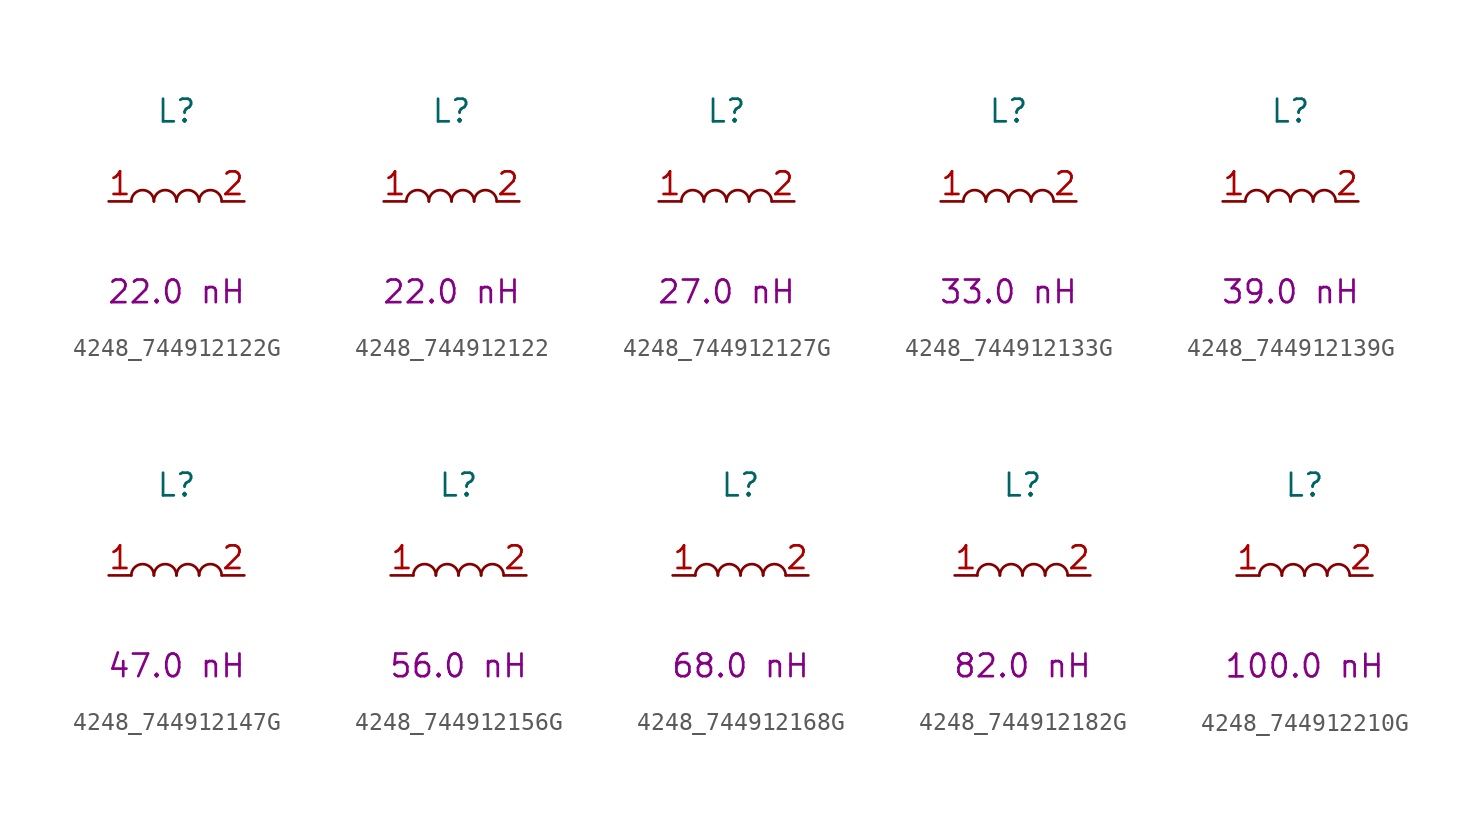
<source format=kicad_sym>
(kicad_symbol_lib
  (version 20220914)
  (generator kicad_symbol_editor)
  (symbol "4248_744912122G"
    (pin_names hide)
    (property "Reference" "L"
      (at 0 5.08 0)
      (effects (font (size 1.27 1.27))))
    (property "Critical Parameter" "22.0 nH"
      (at 0 -5.08 0)
      (effects (font (size 1.27 1.27))))
    (symbol "4248_744912122G_0_1"
      (arc (start -1.27 0) (mid -1.905 0.6323) (end -2.54 0) (stroke (width 0) (type default)) (fill (type none)))
      (arc (start 0 0) (mid -0.635 0.6323) (end -1.27 0) (stroke (width 0) (type default)) (fill (type none)))
      (arc (start 1.27 0) (mid 0.635 0.6323) (end 0 0) (stroke (width 0) (type default)) (fill (type none)))
      (arc (start 2.54 0) (mid 1.905 0.6323) (end 1.27 0) (stroke (width 0) (type default)) (fill (type none))))
    (symbol "4248_744912122G_1_1"
      (pin passive line (at -3.81 0 0) (length 1.27) (name "1" (effects (font (size 1.27 1.27)))) (number "1" (effects (font (size 1.27 1.27)))))
      (pin passive line (at 3.81 0 180) (length 1.27) (name "2" (effects (font (size 1.27 1.27)))) (number "2" (effects (font (size 1.27 1.27)))))))
  (symbol "4248_744912122"
    (pin_names hide)
    (property "Reference" "L"
      (at 0 5.08 0)
      (effects (font (size 1.27 1.27))))
    (property "Critical Parameter" "22.0 nH"
      (at 0 -5.08 0)
      (effects (font (size 1.27 1.27))))
    (symbol "4248_744912122_0_1"
      (arc (start -1.27 0) (mid -1.905 0.6323) (end -2.54 0) (stroke (width 0) (type default)) (fill (type none)))
      (arc (start 0 0) (mid -0.635 0.6323) (end -1.27 0) (stroke (width 0) (type default)) (fill (type none)))
      (arc (start 1.27 0) (mid 0.635 0.6323) (end 0 0) (stroke (width 0) (type default)) (fill (type none)))
      (arc (start 2.54 0) (mid 1.905 0.6323) (end 1.27 0) (stroke (width 0) (type default)) (fill (type none))))
    (symbol "4248_744912122_1_1"
      (pin passive line (at -3.81 0 0) (length 1.27) (name "1" (effects (font (size 1.27 1.27)))) (number "1" (effects (font (size 1.27 1.27)))))
      (pin passive line (at 3.81 0 180) (length 1.27) (name "2" (effects (font (size 1.27 1.27)))) (number "2" (effects (font (size 1.27 1.27)))))))
  (symbol "4248_744912127G"
    (pin_names hide)
    (property "Reference" "L"
      (at 0 5.08 0)
      (effects (font (size 1.27 1.27))))
    (property "Critical Parameter" "27.0 nH"
      (at 0 -5.08 0)
      (effects (font (size 1.27 1.27))))
    (symbol "4248_744912127G_0_1"
      (arc (start -1.27 0) (mid -1.905 0.6323) (end -2.54 0) (stroke (width 0) (type default)) (fill (type none)))
      (arc (start 0 0) (mid -0.635 0.6323) (end -1.27 0) (stroke (width 0) (type default)) (fill (type none)))
      (arc (start 1.27 0) (mid 0.635 0.6323) (end 0 0) (stroke (width 0) (type default)) (fill (type none)))
      (arc (start 2.54 0) (mid 1.905 0.6323) (end 1.27 0) (stroke (width 0) (type default)) (fill (type none))))
    (symbol "4248_744912127G_1_1"
      (pin passive line (at -3.81 0 0) (length 1.27) (name "1" (effects (font (size 1.27 1.27)))) (number "1" (effects (font (size 1.27 1.27)))))
      (pin passive line (at 3.81 0 180) (length 1.27) (name "2" (effects (font (size 1.27 1.27)))) (number "2" (effects (font (size 1.27 1.27)))))))
  (symbol "4248_744912133G"
    (pin_names hide)
    (property "Reference" "L"
      (at 0 5.08 0)
      (effects (font (size 1.27 1.27))))
    (property "Critical Parameter" "33.0 nH"
      (at 0 -5.08 0)
      (effects (font (size 1.27 1.27))))
    (symbol "4248_744912133G_0_1"
      (arc (start -1.27 0) (mid -1.905 0.6323) (end -2.54 0) (stroke (width 0) (type default)) (fill (type none)))
      (arc (start 0 0) (mid -0.635 0.6323) (end -1.27 0) (stroke (width 0) (type default)) (fill (type none)))
      (arc (start 1.27 0) (mid 0.635 0.6323) (end 0 0) (stroke (width 0) (type default)) (fill (type none)))
      (arc (start 2.54 0) (mid 1.905 0.6323) (end 1.27 0) (stroke (width 0) (type default)) (fill (type none))))
    (symbol "4248_744912133G_1_1"
      (pin passive line (at -3.81 0 0) (length 1.27) (name "1" (effects (font (size 1.27 1.27)))) (number "1" (effects (font (size 1.27 1.27)))))
      (pin passive line (at 3.81 0 180) (length 1.27) (name "2" (effects (font (size 1.27 1.27)))) (number "2" (effects (font (size 1.27 1.27)))))))
  (symbol "4248_744912139G"
    (pin_names hide)
    (property "Reference" "L"
      (at 0 5.08 0)
      (effects (font (size 1.27 1.27))))
    (property "Critical Parameter" "39.0 nH"
      (at 0 -5.08 0)
      (effects (font (size 1.27 1.27))))
    (symbol "4248_744912139G_0_1"
      (arc (start -1.27 0) (mid -1.905 0.6323) (end -2.54 0) (stroke (width 0) (type default)) (fill (type none)))
      (arc (start 0 0) (mid -0.635 0.6323) (end -1.27 0) (stroke (width 0) (type default)) (fill (type none)))
      (arc (start 1.27 0) (mid 0.635 0.6323) (end 0 0) (stroke (width 0) (type default)) (fill (type none)))
      (arc (start 2.54 0) (mid 1.905 0.6323) (end 1.27 0) (stroke (width 0) (type default)) (fill (type none))))
    (symbol "4248_744912139G_1_1"
      (pin passive line (at -3.81 0 0) (length 1.27) (name "1" (effects (font (size 1.27 1.27)))) (number "1" (effects (font (size 1.27 1.27)))))
      (pin passive line (at 3.81 0 180) (length 1.27) (name "2" (effects (font (size 1.27 1.27)))) (number "2" (effects (font (size 1.27 1.27)))))))
  (symbol "4248_744912147G"
    (pin_names hide)
    (property "Reference" "L"
      (at 0 5.08 0)
      (effects (font (size 1.27 1.27))))
    (property "Critical Parameter" "47.0 nH"
      (at 0 -5.08 0)
      (effects (font (size 1.27 1.27))))
    (symbol "4248_744912147G_0_1"
      (arc (start -1.27 0) (mid -1.905 0.6323) (end -2.54 0) (stroke (width 0) (type default)) (fill (type none)))
      (arc (start 0 0) (mid -0.635 0.6323) (end -1.27 0) (stroke (width 0) (type default)) (fill (type none)))
      (arc (start 1.27 0) (mid 0.635 0.6323) (end 0 0) (stroke (width 0) (type default)) (fill (type none)))
      (arc (start 2.54 0) (mid 1.905 0.6323) (end 1.27 0) (stroke (width 0) (type default)) (fill (type none))))
    (symbol "4248_744912147G_1_1"
      (pin passive line (at -3.81 0 0) (length 1.27) (name "1" (effects (font (size 1.27 1.27)))) (number "1" (effects (font (size 1.27 1.27)))))
      (pin passive line (at 3.81 0 180) (length 1.27) (name "2" (effects (font (size 1.27 1.27)))) (number "2" (effects (font (size 1.27 1.27)))))))
  (symbol "4248_744912156G"
    (pin_names hide)
    (property "Reference" "L"
      (at 0 5.08 0)
      (effects (font (size 1.27 1.27))))
    (property "Critical Parameter" "56.0 nH"
      (at 0 -5.08 0)
      (effects (font (size 1.27 1.27))))
    (symbol "4248_744912156G_0_1"
      (arc (start -1.27 0) (mid -1.905 0.6323) (end -2.54 0) (stroke (width 0) (type default)) (fill (type none)))
      (arc (start 0 0) (mid -0.635 0.6323) (end -1.27 0) (stroke (width 0) (type default)) (fill (type none)))
      (arc (start 1.27 0) (mid 0.635 0.6323) (end 0 0) (stroke (width 0) (type default)) (fill (type none)))
      (arc (start 2.54 0) (mid 1.905 0.6323) (end 1.27 0) (stroke (width 0) (type default)) (fill (type none))))
    (symbol "4248_744912156G_1_1"
      (pin passive line (at -3.81 0 0) (length 1.27) (name "1" (effects (font (size 1.27 1.27)))) (number "1" (effects (font (size 1.27 1.27)))))
      (pin passive line (at 3.81 0 180) (length 1.27) (name "2" (effects (font (size 1.27 1.27)))) (number "2" (effects (font (size 1.27 1.27)))))))
  (symbol "4248_744912168G"
    (pin_names hide)
    (property "Reference" "L"
      (at 0 5.08 0)
      (effects (font (size 1.27 1.27))))
    (property "Critical Parameter" "68.0 nH"
      (at 0 -5.08 0)
      (effects (font (size 1.27 1.27))))
    (symbol "4248_744912168G_0_1"
      (arc (start -1.27 0) (mid -1.905 0.6323) (end -2.54 0) (stroke (width 0) (type default)) (fill (type none)))
      (arc (start 0 0) (mid -0.635 0.6323) (end -1.27 0) (stroke (width 0) (type default)) (fill (type none)))
      (arc (start 1.27 0) (mid 0.635 0.6323) (end 0 0) (stroke (width 0) (type default)) (fill (type none)))
      (arc (start 2.54 0) (mid 1.905 0.6323) (end 1.27 0) (stroke (width 0) (type default)) (fill (type none))))
    (symbol "4248_744912168G_1_1"
      (pin passive line (at -3.81 0 0) (length 1.27) (name "1" (effects (font (size 1.27 1.27)))) (number "1" (effects (font (size 1.27 1.27)))))
      (pin passive line (at 3.81 0 180) (length 1.27) (name "2" (effects (font (size 1.27 1.27)))) (number "2" (effects (font (size 1.27 1.27)))))))
  (symbol "4248_744912182G"
    (pin_names hide)
    (property "Reference" "L"
      (at 0 5.08 0)
      (effects (font (size 1.27 1.27))))
    (property "Critical Parameter" "82.0 nH"
      (at 0 -5.08 0)
      (effects (font (size 1.27 1.27))))
    (symbol "4248_744912182G_0_1"
      (arc (start -1.27 0) (mid -1.905 0.6323) (end -2.54 0) (stroke (width 0) (type default)) (fill (type none)))
      (arc (start 0 0) (mid -0.635 0.6323) (end -1.27 0) (stroke (width 0) (type default)) (fill (type none)))
      (arc (start 1.27 0) (mid 0.635 0.6323) (end 0 0) (stroke (width 0) (type default)) (fill (type none)))
      (arc (start 2.54 0) (mid 1.905 0.6323) (end 1.27 0) (stroke (width 0) (type default)) (fill (type none))))
    (symbol "4248_744912182G_1_1"
      (pin passive line (at -3.81 0 0) (length 1.27) (name "1" (effects (font (size 1.27 1.27)))) (number "1" (effects (font (size 1.27 1.27)))))
      (pin passive line (at 3.81 0 180) (length 1.27) (name "2" (effects (font (size 1.27 1.27)))) (number "2" (effects (font (size 1.27 1.27)))))))
  (symbol "4248_744912210G"
    (pin_names hide)
    (property "Reference" "L"
      (at 0 5.08 0)
      (effects (font (size 1.27 1.27))))
    (property "Critical Parameter" "100.0 nH"
      (at 0 -5.08 0)
      (effects (font (size 1.27 1.27))))
    (symbol "4248_744912210G_0_1"
      (arc (start -1.27 0) (mid -1.905 0.6323) (end -2.54 0) (stroke (width 0) (type default)) (fill (type none)))
      (arc (start 0 0) (mid -0.635 0.6323) (end -1.27 0) (stroke (width 0) (type default)) (fill (type none)))
      (arc (start 1.27 0) (mid 0.635 0.6323) (end 0 0) (stroke (width 0) (type default)) (fill (type none)))
      (arc (start 2.54 0) (mid 1.905 0.6323) (end 1.27 0) (stroke (width 0) (type default)) (fill (type none))))
    (symbol "4248_744912210G_1_1"
      (pin passive line (at -3.81 0 0) (length 1.27) (name "1" (effects (font (size 1.27 1.27)))) (number "1" (effects (font (size 1.27 1.27)))))
      (pin passive line (at 3.81 0 180) (length 1.27) (name "2" (effects (font (size 1.27 1.27)))) (number "2" (effects (font (size 1.27 1.27))))))))
</source>
